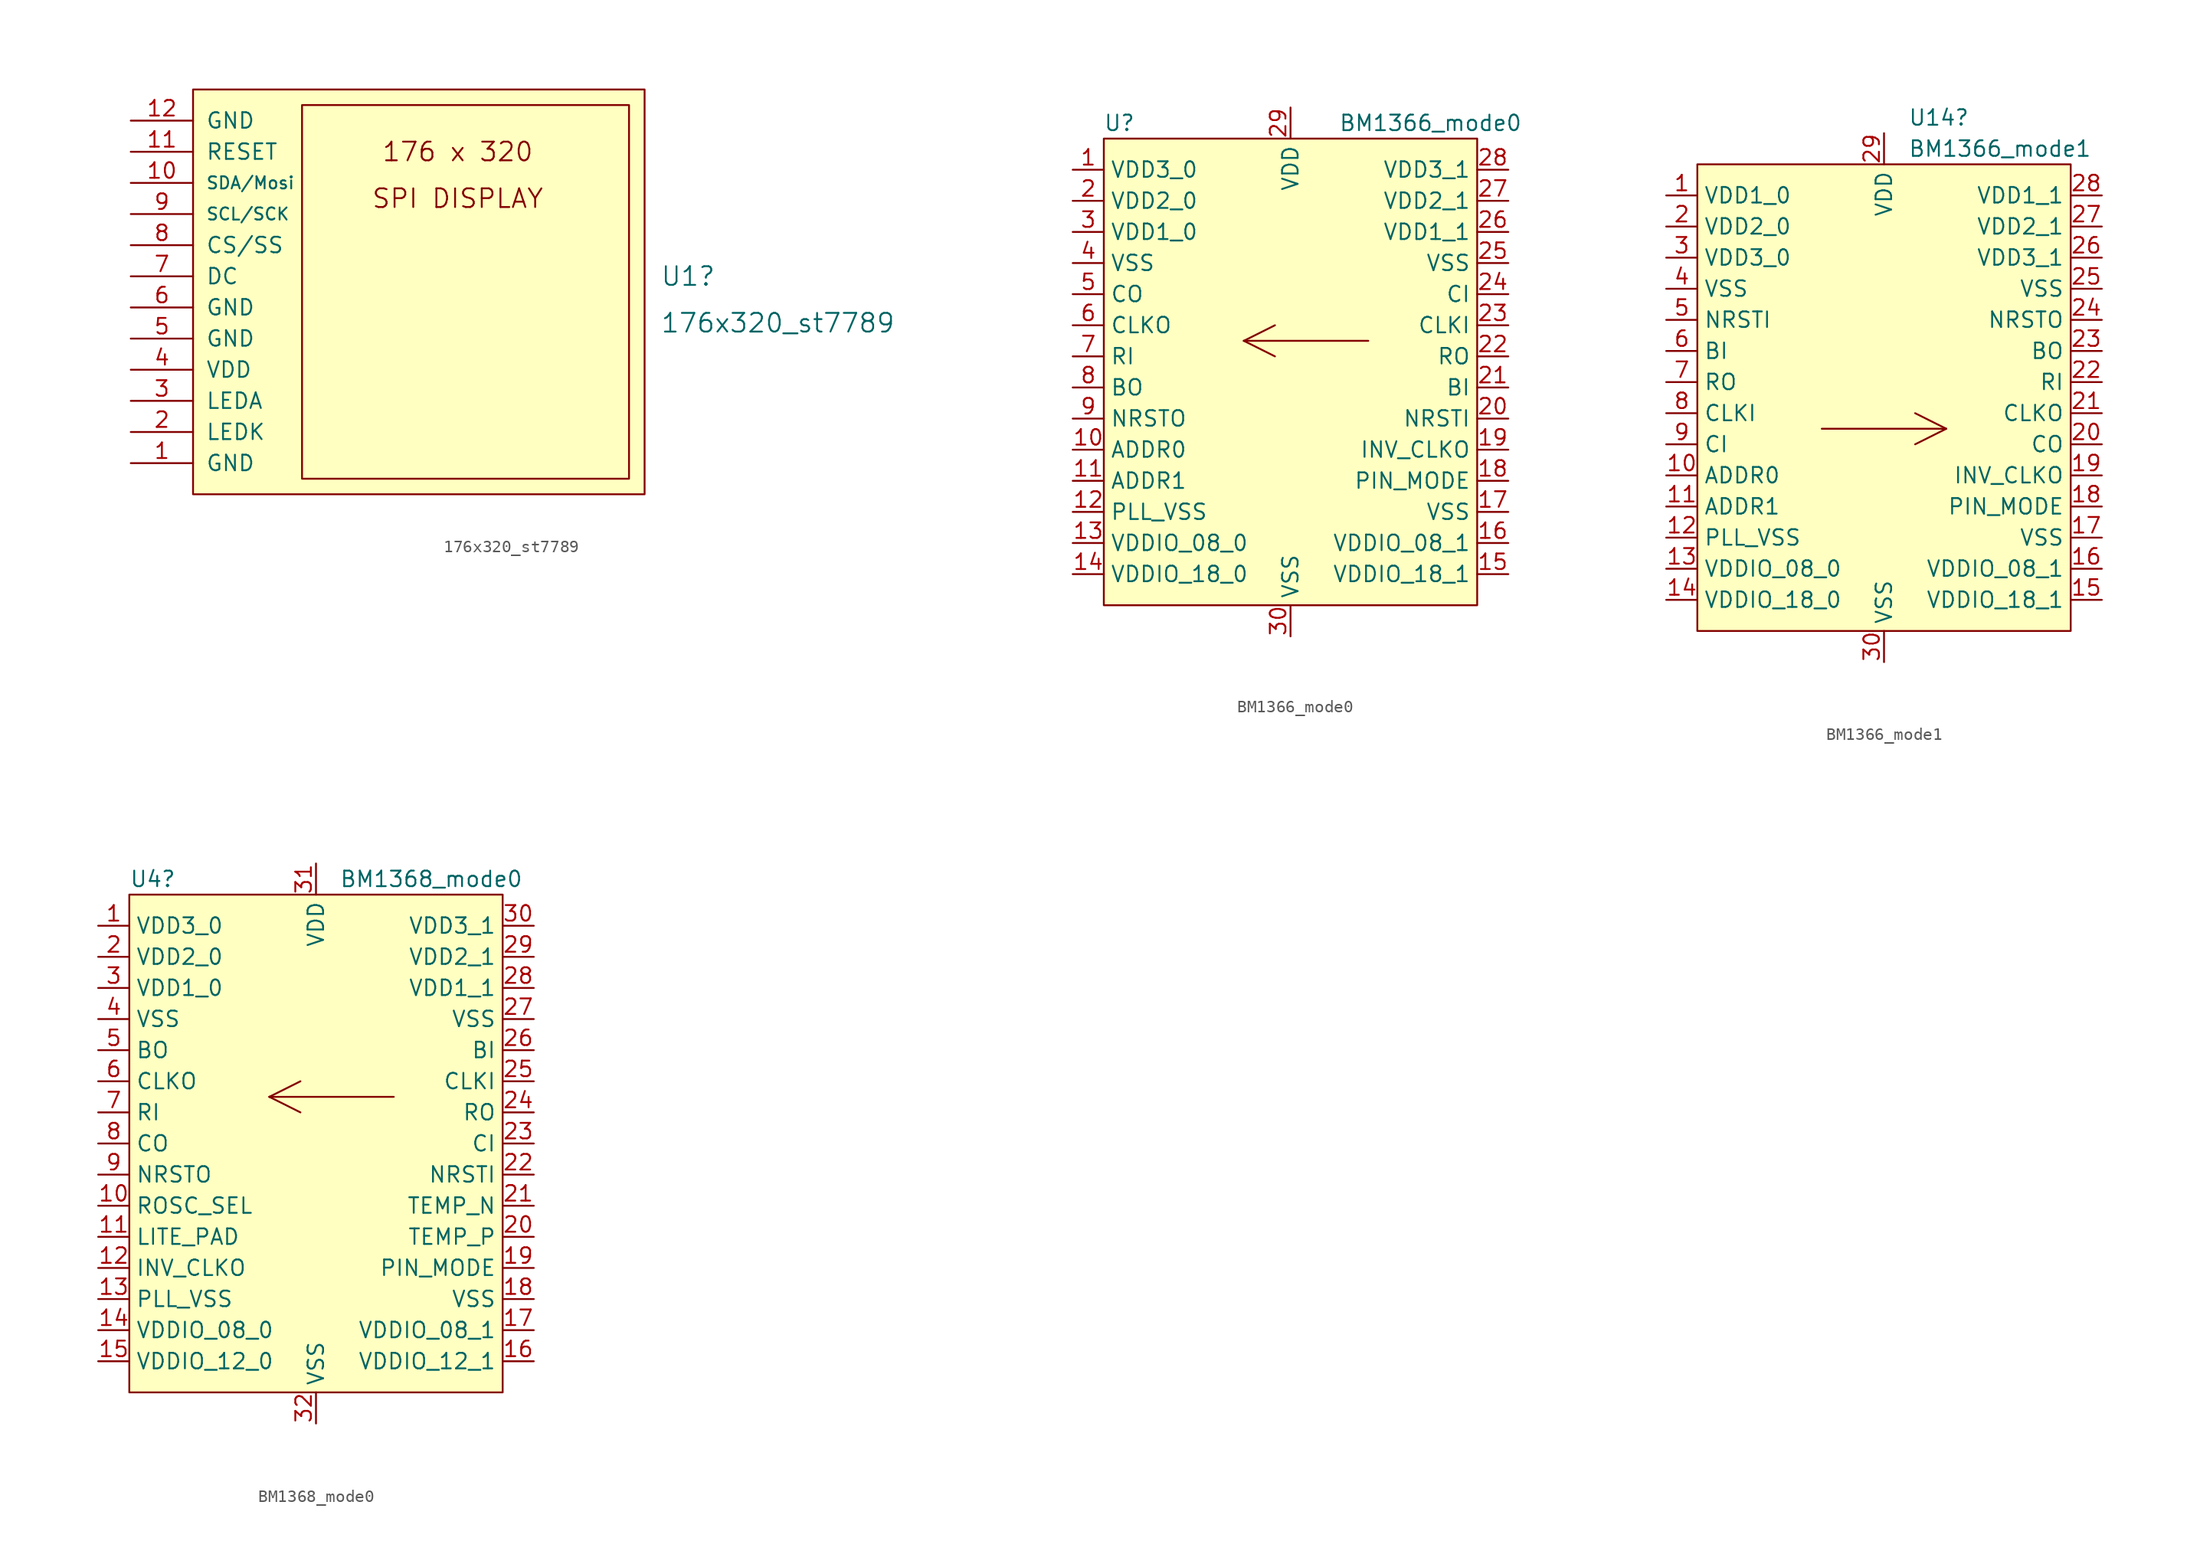
<source format=kicad_sym>
(kicad_symbol_lib
  (version 20241209)
  (generator "kicad_symbol_editor")
  (generator_version "9.0")
  (symbol "176x320_st7789"
    (pin_names
      (offset 1.016))
    (property "Reference" "U1"
      (at 38.1 17.78 0)
      (effects (font (size 1.524 1.524)) (justify left)))
    (property "Value" "176x320_st7789"
      (at 38.1 13.97 0)
      (effects (font (size 1.524 1.524)) (justify left)))
    (symbol "176x320_st7789_0_0"
      (text "176 x 320" (at 21.59 27.94 0) (effects (font (size 1.524 1.524))))
      (text "SPI DISPLAY" (at 21.59 24.13 0) (effects (font (size 1.524 1.524)))))
    (symbol "176x320_st7789_0_1"
      (rectangle (start 8.89 31.75) (end 35.56 1.27) (stroke (width 0) (type default)) (fill (type none))))
    (symbol "176x320_st7789_1_1"
      (rectangle (start 0 33.02) (end 36.83 0) (stroke (width 0) (type default)) (fill (type background)))
      (pin power_in line (at -5.08 30.48 0) (length 5.08) (name "GND" (effects (font (size 1.27 1.27)))) (number "12" (effects (font (size 1.27 1.27)))))
      (pin bidirectional line (at -5.08 27.94 0) (length 5.08) (name "RESET" (effects (font (size 1.27 1.27)))) (number "11" (effects (font (size 1.27 1.27)))))
      (pin bidirectional line (at -5.08 25.4 0) (length 5.08) (name "SDA/Mosi" (effects (font (size 0.991 0.991)))) (number "10" (effects (font (size 1.27 1.27)))))
      (pin bidirectional line (at -5.08 22.86 0) (length 5.08) (name "SCL/SCK" (effects (font (size 0.991 0.991)))) (number "9" (effects (font (size 1.27 1.27)))))
      (pin bidirectional line (at -5.08 20.32 0) (length 5.08) (name "CS/SS" (effects (font (size 1.27 1.27)))) (number "8" (effects (font (size 1.27 1.27)))))
      (pin bidirectional line (at -5.08 17.78 0) (length 5.08) (name "DC" (effects (font (size 1.27 1.27)))) (number "7" (effects (font (size 1.27 1.27)))))
      (pin power_in line (at -5.08 15.24 0) (length 5.08) (name "GND" (effects (font (size 1.27 1.27)))) (number "6" (effects (font (size 1.27 1.27)))))
      (pin power_in line (at -5.08 12.7 0) (length 5.08) (name "GND" (effects (font (size 1.27 1.27)))) (number "5" (effects (font (size 1.27 1.27)))))
      (pin power_in line (at -5.08 10.16 0) (length 5.08) (name "VDD" (effects (font (size 1.27 1.27)))) (number "4" (effects (font (size 1.27 1.27)))))
      (pin power_in line (at -5.08 7.62 0) (length 5.08) (name "LEDA" (effects (font (size 1.27 1.27)))) (number "3" (effects (font (size 1.27 1.27)))))
      (pin power_in line (at -5.08 5.08 0) (length 5.08) (name "LEDK" (effects (font (size 1.27 1.27)))) (number "2" (effects (font (size 1.27 1.27)))))
      (pin power_in line (at -5.08 2.54 0) (length 5.08) (name "GND" (effects (font (size 1.27 1.27)))) (number "1" (effects (font (size 1.27 1.27)))))))
  (symbol "BM1366_mode0"
    (property "Reference" "U"
      (at -13.97 21.59 0)
      (effects (font (size 1.27 1.27))))
    (property "Value" "BM1366_mode0"
      (at 11.43 21.59 0)
      (effects (font (size 1.27 1.27))))
    (symbol "BM1366_mode0_0_1"
      (rectangle (start -15.24 20.32) (end 15.24 -17.78) (stroke (width 0) (type default)) (fill (type background)))
      (polyline (pts (xy -3.81 3.81) (xy -1.27 5.08)) (stroke (width 0) (type default)) (fill (type none)))
      (polyline (pts (xy -3.81 3.81) (xy -1.27 2.54)) (stroke (width 0) (type default)) (fill (type none)))
      (polyline (pts (xy -3.81 3.81) (xy 6.35 3.81)) (stroke (width 0) (type default)) (fill (type none))))
    (symbol "BM1366_mode0_1_1"
      (pin power_in line (at -17.78 17.78 0) (length 2.54) (name "VDD3_0" (effects (font (size 1.27 1.27)))) (number "1" (effects (font (size 1.27 1.27)))))
      (pin power_in line (at -17.78 15.24 0) (length 2.54) (name "VDD2_0" (effects (font (size 1.27 1.27)))) (number "2" (effects (font (size 1.27 1.27)))))
      (pin power_in line (at -17.78 12.7 0) (length 2.54) (name "VDD1_0" (effects (font (size 1.27 1.27)))) (number "3" (effects (font (size 1.27 1.27)))))
      (pin power_in line (at -17.78 10.16 0) (length 2.54) (name "VSS" (effects (font (size 1.27 1.27)))) (number "4" (effects (font (size 1.27 1.27)))))
      (pin output line (at -17.78 7.62 0) (length 2.54) (name "CO" (effects (font (size 1.27 1.27)))) (number "5" (effects (font (size 1.27 1.27)))))
      (pin output line (at -17.78 5.08 0) (length 2.54) (name "CLKO" (effects (font (size 1.27 1.27)))) (number "6" (effects (font (size 1.27 1.27)))))
      (pin input line (at -17.78 2.54 0) (length 2.54) (name "RI" (effects (font (size 1.27 1.27)))) (number "7" (effects (font (size 1.27 1.27)))))
      (pin output line (at -17.78 0 0) (length 2.54) (name "BO" (effects (font (size 1.27 1.27)))) (number "8" (effects (font (size 1.27 1.27)))))
      (pin output line (at -17.78 -2.54 0) (length 2.54) (name "NRSTO" (effects (font (size 1.27 1.27)))) (number "9" (effects (font (size 1.27 1.27)))))
      (pin input line (at -17.78 -5.08 0) (length 2.54) (name "ADDR0" (effects (font (size 1.27 1.27)))) (number "10" (effects (font (size 1.27 1.27)))))
      (pin input line (at -17.78 -7.62 0) (length 2.54) (name "ADDR1" (effects (font (size 1.27 1.27)))) (number "11" (effects (font (size 1.27 1.27)))))
      (pin power_in line (at -17.78 -10.16 0) (length 2.54) (name "PLL_VSS" (effects (font (size 1.27 1.27)))) (number "12" (effects (font (size 1.27 1.27)))))
      (pin power_in line (at -17.78 -12.7 0) (length 2.54) (name "VDDIO_08_0" (effects (font (size 1.27 1.27)))) (number "13" (effects (font (size 1.27 1.27)))))
      (pin power_in line (at -17.78 -15.24 0) (length 2.54) (name "VDDIO_18_0" (effects (font (size 1.27 1.27)))) (number "14" (effects (font (size 1.27 1.27)))))
      (pin power_in line (at 0 22.86 270) (length 2.54) (name "VDD" (effects (font (size 1.27 1.27)))) (number "29" (effects (font (size 1.27 1.27)))))
      (pin power_in line (at 0 -20.32 90) (length 2.54) (name "VSS" (effects (font (size 1.27 1.27)))) (number "30" (effects (font (size 1.27 1.27)))))
      (pin power_in line (at 17.78 17.78 180) (length 2.54) (name "VDD3_1" (effects (font (size 1.27 1.27)))) (number "28" (effects (font (size 1.27 1.27)))))
      (pin power_in line (at 17.78 15.24 180) (length 2.54) (name "VDD2_1" (effects (font (size 1.27 1.27)))) (number "27" (effects (font (size 1.27 1.27)))))
      (pin power_in line (at 17.78 12.7 180) (length 2.54) (name "VDD1_1" (effects (font (size 1.27 1.27)))) (number "26" (effects (font (size 1.27 1.27)))))
      (pin power_in line (at 17.78 10.16 180) (length 2.54) (name "VSS" (effects (font (size 1.27 1.27)))) (number "25" (effects (font (size 1.27 1.27)))))
      (pin input line (at 17.78 7.62 180) (length 2.54) (name "CI" (effects (font (size 1.27 1.27)))) (number "24" (effects (font (size 1.27 1.27)))))
      (pin input line (at 17.78 5.08 180) (length 2.54) (name "CLKI" (effects (font (size 1.27 1.27)))) (number "23" (effects (font (size 1.27 1.27)))))
      (pin output line (at 17.78 2.54 180) (length 2.54) (name "RO" (effects (font (size 1.27 1.27)))) (number "22" (effects (font (size 1.27 1.27)))))
      (pin input line (at 17.78 0 180) (length 2.54) (name "BI" (effects (font (size 1.27 1.27)))) (number "21" (effects (font (size 1.27 1.27)))))
      (pin input line (at 17.78 -2.54 180) (length 2.54) (name "NRSTI" (effects (font (size 1.27 1.27)))) (number "20" (effects (font (size 1.27 1.27)))))
      (pin output line (at 17.78 -5.08 180) (length 2.54) (name "INV_CLKO" (effects (font (size 1.27 1.27)))) (number "19" (effects (font (size 1.27 1.27)))))
      (pin input line (at 17.78 -7.62 180) (length 2.54) (name "PIN_MODE" (effects (font (size 1.27 1.27)))) (number "18" (effects (font (size 1.27 1.27)))))
      (pin power_in line (at 17.78 -10.16 180) (length 2.54) (name "VSS" (effects (font (size 1.27 1.27)))) (number "17" (effects (font (size 1.27 1.27)))))
      (pin power_in line (at 17.78 -12.7 180) (length 2.54) (name "VDDIO_08_1" (effects (font (size 1.27 1.27)))) (number "16" (effects (font (size 1.27 1.27)))))
      (pin power_in line (at 17.78 -15.24 180) (length 2.54) (name "VDDIO_18_1" (effects (font (size 1.27 1.27)))) (number "15" (effects (font (size 1.27 1.27)))))))
  (symbol "BM1366_mode1"
    (property "Reference" "U14"
      (at 1.956 24.13 0)
      (effects (font (size 1.27 1.27)) (justify left)))
    (property "Value" "BM1366_mode1"
      (at 1.956 21.59 0)
      (effects (font (size 1.27 1.27)) (justify left)))
    (symbol "BM1366_mode1_0_1"
      (rectangle (start -15.24 20.32) (end 15.24 -17.78) (stroke (width 0) (type default)) (fill (type background)))
      (polyline (pts (xy 5.08 -1.27) (xy -5.08 -1.27)) (stroke (width 0) (type default)) (fill (type none)))
      (polyline (pts (xy 5.08 -1.27) (xy 2.54 0)) (stroke (width 0) (type default)) (fill (type none)))
      (polyline (pts (xy 5.08 -1.27) (xy 2.54 -2.54)) (stroke (width 0) (type default)) (fill (type none))))
    (symbol "BM1366_mode1_1_1"
      (pin power_in line (at -17.78 17.78 0) (length 2.54) (name "VDD1_0" (effects (font (size 1.27 1.27)))) (number "1" (effects (font (size 1.27 1.27)))))
      (pin power_in line (at -17.78 15.24 0) (length 2.54) (name "VDD2_0" (effects (font (size 1.27 1.27)))) (number "2" (effects (font (size 1.27 1.27)))))
      (pin power_in line (at -17.78 12.7 0) (length 2.54) (name "VDD3_0" (effects (font (size 1.27 1.27)))) (number "3" (effects (font (size 1.27 1.27)))))
      (pin power_in line (at -17.78 10.16 0) (length 2.54) (name "VSS" (effects (font (size 1.27 1.27)))) (number "4" (effects (font (size 1.27 1.27)))))
      (pin input line (at -17.78 7.62 0) (length 2.54) (name "NRSTI" (effects (font (size 1.27 1.27)))) (number "5" (effects (font (size 1.27 1.27)))))
      (pin input line (at -17.78 5.08 0) (length 2.54) (name "BI" (effects (font (size 1.27 1.27)))) (number "6" (effects (font (size 1.27 1.27)))))
      (pin output line (at -17.78 2.54 0) (length 2.54) (name "RO" (effects (font (size 1.27 1.27)))) (number "7" (effects (font (size 1.27 1.27)))))
      (pin input line (at -17.78 0 0) (length 2.54) (name "CLKI" (effects (font (size 1.27 1.27)))) (number "8" (effects (font (size 1.27 1.27)))))
      (pin input line (at -17.78 -2.54 0) (length 2.54) (name "CI" (effects (font (size 1.27 1.27)))) (number "9" (effects (font (size 1.27 1.27)))))
      (pin input line (at -17.78 -5.08 0) (length 2.54) (name "ADDR0" (effects (font (size 1.27 1.27)))) (number "10" (effects (font (size 1.27 1.27)))))
      (pin input line (at -17.78 -7.62 0) (length 2.54) (name "ADDR1" (effects (font (size 1.27 1.27)))) (number "11" (effects (font (size 1.27 1.27)))))
      (pin power_in line (at -17.78 -10.16 0) (length 2.54) (name "PLL_VSS" (effects (font (size 1.27 1.27)))) (number "12" (effects (font (size 1.27 1.27)))))
      (pin power_in line (at -17.78 -12.7 0) (length 2.54) (name "VDDIO_08_0" (effects (font (size 1.27 1.27)))) (number "13" (effects (font (size 1.27 1.27)))))
      (pin power_in line (at -17.78 -15.24 0) (length 2.54) (name "VDDIO_18_0" (effects (font (size 1.27 1.27)))) (number "14" (effects (font (size 1.27 1.27)))))
      (pin power_in line (at 0 22.86 270) (length 2.54) (name "VDD" (effects (font (size 1.27 1.27)))) (number "29" (effects (font (size 1.27 1.27)))))
      (pin power_in line (at 0 -20.32 90) (length 2.54) (name "VSS" (effects (font (size 1.27 1.27)))) (number "30" (effects (font (size 1.27 1.27)))))
      (pin power_in line (at 17.78 17.78 180) (length 2.54) (name "VDD1_1" (effects (font (size 1.27 1.27)))) (number "28" (effects (font (size 1.27 1.27)))))
      (pin power_in line (at 17.78 15.24 180) (length 2.54) (name "VDD2_1" (effects (font (size 1.27 1.27)))) (number "27" (effects (font (size 1.27 1.27)))))
      (pin power_in line (at 17.78 12.7 180) (length 2.54) (name "VDD3_1" (effects (font (size 1.27 1.27)))) (number "26" (effects (font (size 1.27 1.27)))))
      (pin power_in line (at 17.78 10.16 180) (length 2.54) (name "VSS" (effects (font (size 1.27 1.27)))) (number "25" (effects (font (size 1.27 1.27)))))
      (pin output line (at 17.78 7.62 180) (length 2.54) (name "NRSTO" (effects (font (size 1.27 1.27)))) (number "24" (effects (font (size 1.27 1.27)))))
      (pin output line (at 17.78 5.08 180) (length 2.54) (name "BO" (effects (font (size 1.27 1.27)))) (number "23" (effects (font (size 1.27 1.27)))))
      (pin input line (at 17.78 2.54 180) (length 2.54) (name "RI" (effects (font (size 1.27 1.27)))) (number "22" (effects (font (size 1.27 1.27)))))
      (pin output line (at 17.78 0 180) (length 2.54) (name "CLKO" (effects (font (size 1.27 1.27)))) (number "21" (effects (font (size 1.27 1.27)))))
      (pin output line (at 17.78 -2.54 180) (length 2.54) (name "CO" (effects (font (size 1.27 1.27)))) (number "20" (effects (font (size 1.27 1.27)))))
      (pin output line (at 17.78 -5.08 180) (length 2.54) (name "INV_CLKO" (effects (font (size 1.27 1.27)))) (number "19" (effects (font (size 1.27 1.27)))))
      (pin input line (at 17.78 -7.62 180) (length 2.54) (name "PIN_MODE" (effects (font (size 1.27 1.27)))) (number "18" (effects (font (size 1.27 1.27)))))
      (pin power_in line (at 17.78 -10.16 180) (length 2.54) (name "VSS" (effects (font (size 1.27 1.27)))) (number "17" (effects (font (size 1.27 1.27)))))
      (pin power_in line (at 17.78 -12.7 180) (length 2.54) (name "VDDIO_08_1" (effects (font (size 1.27 1.27)))) (number "16" (effects (font (size 1.27 1.27)))))
      (pin power_in line (at 17.78 -15.24 180) (length 2.54) (name "VDDIO_18_1" (effects (font (size 1.27 1.27)))) (number "15" (effects (font (size 1.27 1.27)))))))
  (symbol "BM1368_mode0"
    (property "Reference" "U4"
      (at -15.24 21.59 0)
      (effects (font (size 1.27 1.27)) (justify left)))
    (property "Value" "BM1368_mode0"
      (at 1.905 21.59 0)
      (effects (font (size 1.27 1.27)) (justify left)))
    (symbol "BM1368_mode0_0_1"
      (rectangle (start -15.24 20.32) (end 15.24 -20.32) (stroke (width 0) (type default)) (fill (type background)))
      (polyline (pts (xy -3.81 3.81) (xy -1.27 5.08)) (stroke (width 0) (type default)) (fill (type none)))
      (polyline (pts (xy -3.81 3.81) (xy 6.35 3.81)) (stroke (width 0) (type default)) (fill (type none)))
      (polyline (pts (xy -1.27 2.54) (xy -3.81 3.81)) (stroke (width 0) (type default)) (fill (type none))))
    (symbol "BM1368_mode0_1_1"
      (pin power_in line (at -17.78 17.78 0) (length 2.54) (name "VDD3_0" (effects (font (size 1.27 1.27)))) (number "1" (effects (font (size 1.27 1.27)))))
      (pin power_in line (at -17.78 15.24 0) (length 2.54) (name "VDD2_0" (effects (font (size 1.27 1.27)))) (number "2" (effects (font (size 1.27 1.27)))))
      (pin power_in line (at -17.78 12.7 0) (length 2.54) (name "VDD1_0" (effects (font (size 1.27 1.27)))) (number "3" (effects (font (size 1.27 1.27)))))
      (pin power_in line (at -17.78 10.16 0) (length 2.54) (name "VSS" (effects (font (size 1.27 1.27)))) (number "4" (effects (font (size 1.27 1.27)))))
      (pin input line (at -17.78 7.62 0) (length 2.54) (name "BO" (effects (font (size 1.27 1.27)))) (number "5" (effects (font (size 1.27 1.27)))))
      (pin input line (at -17.78 5.08 0) (length 2.54) (name "CLKO" (effects (font (size 1.27 1.27)))) (number "6" (effects (font (size 1.27 1.27)))))
      (pin output line (at -17.78 2.54 0) (length 2.54) (name "RI" (effects (font (size 1.27 1.27)))) (number "7" (effects (font (size 1.27 1.27)))))
      (pin input line (at -17.78 0 0) (length 2.54) (name "CO" (effects (font (size 1.27 1.27)))) (number "8" (effects (font (size 1.27 1.27)))))
      (pin input line (at -17.78 -2.54 0) (length 2.54) (name "NRSTO" (effects (font (size 1.27 1.27)))) (number "9" (effects (font (size 1.27 1.27)))))
      (pin unspecified line (at -17.78 -5.08 0) (length 2.54) (name "ROSC_SEL" (effects (font (size 1.27 1.27)))) (number "10" (effects (font (size 1.27 1.27)))))
      (pin unspecified line (at -17.78 -7.62 0) (length 2.54) (name "LITE_PAD" (effects (font (size 1.27 1.27)))) (number "11" (effects (font (size 1.27 1.27)))))
      (pin unspecified line (at -17.78 -10.16 0) (length 2.54) (name "INV_CLKO" (effects (font (size 1.27 1.27)))) (number "12" (effects (font (size 1.27 1.27)))))
      (pin power_in line (at -17.78 -12.7 0) (length 2.54) (name "PLL_VSS" (effects (font (size 1.27 1.27)))) (number "13" (effects (font (size 1.27 1.27)))))
      (pin power_in line (at -17.78 -15.24 0) (length 2.54) (name "VDDIO_08_0" (effects (font (size 1.27 1.27)))) (number "14" (effects (font (size 1.27 1.27)))))
      (pin power_in line (at -17.78 -17.78 0) (length 2.54) (name "VDDIO_12_0" (effects (font (size 1.27 1.27)))) (number "15" (effects (font (size 1.27 1.27)))))
      (pin power_in line (at 0 22.86 270) (length 2.54) (name "VDD" (effects (font (size 1.27 1.27)))) (number "31" (effects (font (size 1.27 1.27)))))
      (pin power_in line (at 0 -22.86 90) (length 2.54) (name "VSS" (effects (font (size 1.27 1.27)))) (number "32" (effects (font (size 1.27 1.27)))))
      (pin power_in line (at 17.78 17.78 180) (length 2.54) (name "VDD3_1" (effects (font (size 1.27 1.27)))) (number "30" (effects (font (size 1.27 1.27)))))
      (pin power_in line (at 17.78 15.24 180) (length 2.54) (name "VDD2_1" (effects (font (size 1.27 1.27)))) (number "29" (effects (font (size 1.27 1.27)))))
      (pin power_in line (at 17.78 12.7 180) (length 2.54) (name "VDD1_1" (effects (font (size 1.27 1.27)))) (number "28" (effects (font (size 1.27 1.27)))))
      (pin power_in line (at 17.78 10.16 180) (length 2.54) (name "VSS" (effects (font (size 1.27 1.27)))) (number "27" (effects (font (size 1.27 1.27)))))
      (pin output line (at 17.78 7.62 180) (length 2.54) (name "BI" (effects (font (size 1.27 1.27)))) (number "26" (effects (font (size 1.27 1.27)))))
      (pin output line (at 17.78 5.08 180) (length 2.54) (name "CLKI" (effects (font (size 1.27 1.27)))) (number "25" (effects (font (size 1.27 1.27)))))
      (pin input line (at 17.78 2.54 180) (length 2.54) (name "RO" (effects (font (size 1.27 1.27)))) (number "24" (effects (font (size 1.27 1.27)))))
      (pin output line (at 17.78 0 180) (length 2.54) (name "CI" (effects (font (size 1.27 1.27)))) (number "23" (effects (font (size 1.27 1.27)))))
      (pin output line (at 17.78 -2.54 180) (length 2.54) (name "NRSTI" (effects (font (size 1.27 1.27)))) (number "22" (effects (font (size 1.27 1.27)))))
      (pin unspecified line (at 17.78 -5.08 180) (length 2.54) (name "TEMP_N" (effects (font (size 1.27 1.27)))) (number "21" (effects (font (size 1.27 1.27)))))
      (pin unspecified line (at 17.78 -7.62 180) (length 2.54) (name "TEMP_P" (effects (font (size 1.27 1.27)))) (number "20" (effects (font (size 1.27 1.27)))))
      (pin input line (at 17.78 -10.16 180) (length 2.54) (name "PIN_MODE" (effects (font (size 1.27 1.27)))) (number "19" (effects (font (size 1.27 1.27)))))
      (pin power_in line (at 17.78 -12.7 180) (length 2.54) (name "VSS" (effects (font (size 1.27 1.27)))) (number "18" (effects (font (size 1.27 1.27)))))
      (pin power_in line (at 17.78 -15.24 180) (length 2.54) (name "VDDIO_08_1" (effects (font (size 1.27 1.27)))) (number "17" (effects (font (size 1.27 1.27)))))
      (pin power_in line (at 17.78 -17.78 180) (length 2.54) (name "VDDIO_12_1" (effects (font (size 1.27 1.27)))) (number "16" (effects (font (size 1.27 1.27))))))))
</source>
